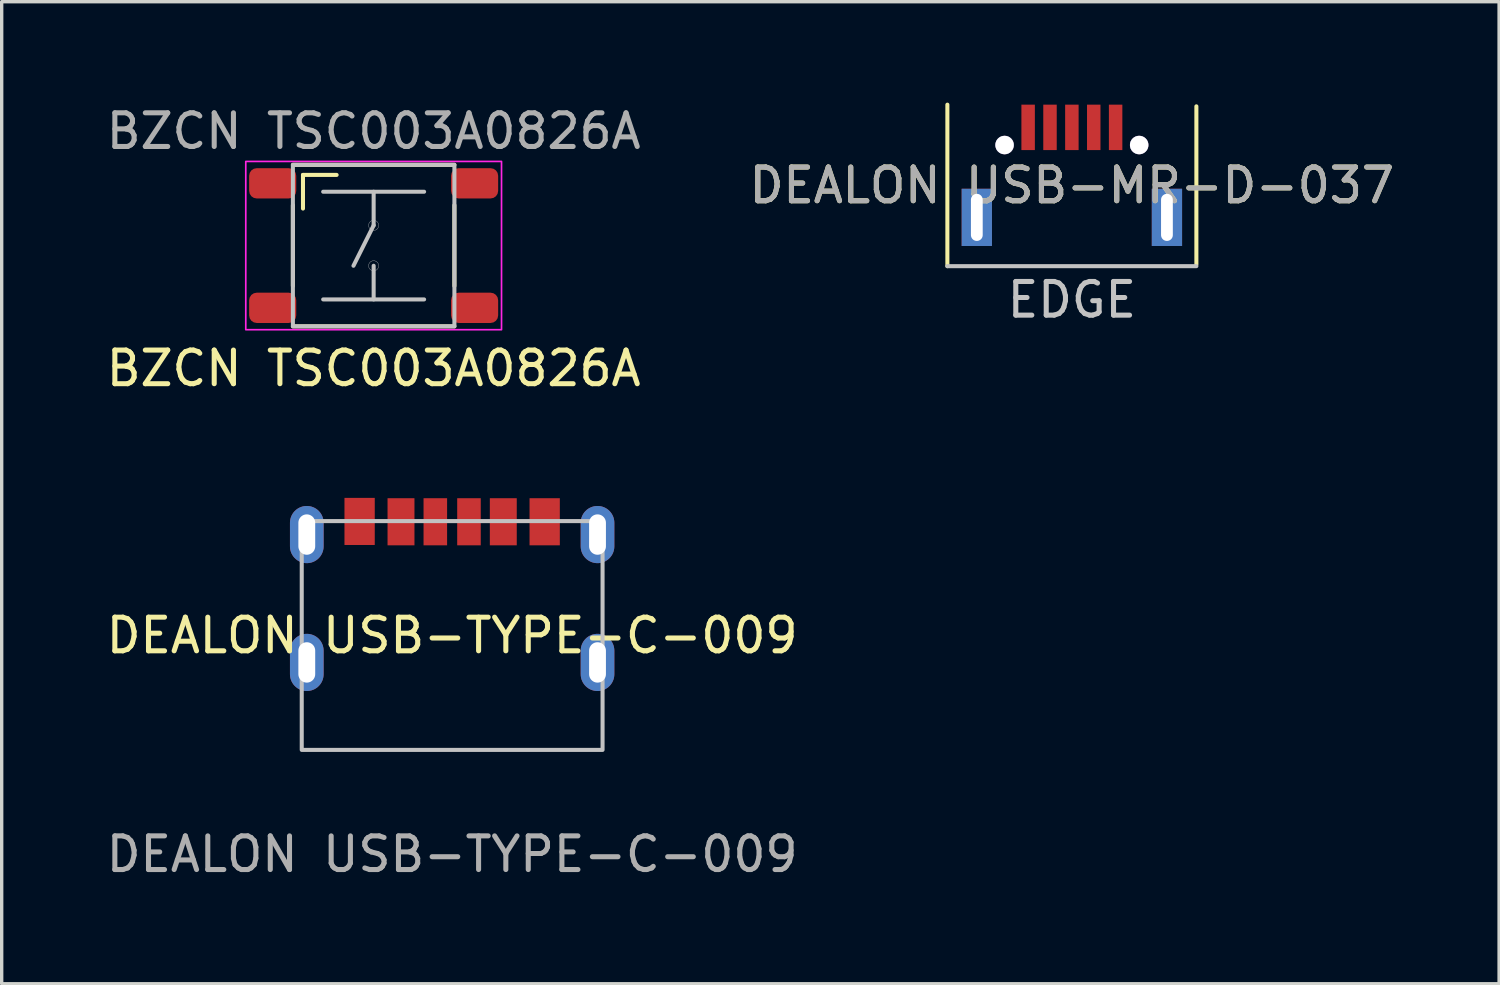
<source format=kicad_pcb>
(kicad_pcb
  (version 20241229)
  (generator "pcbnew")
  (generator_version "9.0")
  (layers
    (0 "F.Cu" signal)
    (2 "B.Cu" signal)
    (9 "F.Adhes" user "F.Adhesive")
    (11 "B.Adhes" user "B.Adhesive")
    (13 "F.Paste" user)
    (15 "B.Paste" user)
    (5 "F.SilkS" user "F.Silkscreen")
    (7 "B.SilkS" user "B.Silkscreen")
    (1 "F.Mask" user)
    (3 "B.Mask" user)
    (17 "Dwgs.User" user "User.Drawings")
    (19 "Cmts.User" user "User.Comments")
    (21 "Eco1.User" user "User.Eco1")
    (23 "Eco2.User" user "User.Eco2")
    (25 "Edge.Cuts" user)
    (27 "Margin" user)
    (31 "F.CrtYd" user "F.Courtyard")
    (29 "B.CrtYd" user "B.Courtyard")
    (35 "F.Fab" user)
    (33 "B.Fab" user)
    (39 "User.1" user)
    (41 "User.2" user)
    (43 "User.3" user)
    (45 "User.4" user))
  (footprint "BZCN TSC003A0826A"
    (layer "F.Cu")
    (at 8.054 4.248)
    (property "Reference" "BZCN TSC003A0826A" (at 0 3.65 0) (unlocked yes) (layer "F.SilkS") (effects (font (size 1 1) (thickness 0.15))))
    (attr smd)
    (fp_line (start -2.4 -2.4) (end 2.4 -2.4) (stroke (width 0.12) (type solid)) (layer "F.SilkS"))
    (fp_line (start -2.4 1.2) (end -2.4 -1.2) (stroke (width 0.12) (type solid)) (layer "F.SilkS"))
    (fp_line (start -2.4 2.4) (end 2.4 2.4) (stroke (width 0.12) (type solid)) (layer "F.SilkS"))
    (fp_line (start -2.1 -2.1) (end -1.1 -2.1) (stroke (width 0.12) (type solid)) (layer "F.SilkS"))
    (fp_line (start -2.1 -1.1) (end -2.1 -2.1) (stroke (width 0.12) (type solid)) (layer "F.SilkS"))
    (fp_line (start 2.4 1.2) (end 2.4 -1.2) (stroke (width 0.12) (type solid)) (layer "F.SilkS"))
    (fp_line (start -1.5 -1.6) (end 1.5 -1.6) (stroke (width 0.12) (type solid)) (layer "Dwgs.User"))
    (fp_line (start -1.5 1.6) (end 1.5 1.6) (stroke (width 0.12) (type solid)) (layer "Dwgs.User"))
    (fp_line (start 0 -1.6) (end 0 -0.6) (stroke (width 0.12) (type solid)) (layer "Dwgs.User"))
    (fp_line (start 0 -0.6) (end -0.6 0.6) (stroke (width 0.12) (type solid)) (layer "Dwgs.User"))
    (fp_line (start 0 1.6) (end 0 0.6) (stroke (width 0.12) (type solid)) (layer "Dwgs.User"))
    (fp_rect (start -2.4 -2.4) (end 2.4 2.4) (stroke (width 0.12) (type solid)) (fill no) (layer "Dwgs.User"))
    (fp_rect (start -2.4 -1.4) (end -3.6 -2.3) (stroke (width 0.001) (type solid)) (fill no) (layer "Dwgs.User"))
    (fp_rect (start -2.4 2.3) (end -3.6 1.4) (stroke (width 0.001) (type solid)) (fill no) (layer "Dwgs.User"))
    (fp_rect (start 3.6 -1.4) (end 2.4 -2.3) (stroke (width 0.001) (type solid)) (fill no) (layer "Dwgs.User"))
    (fp_rect (start 3.6 2.3) (end 2.4 1.4) (stroke (width 0.001) (type solid)) (fill no) (layer "Dwgs.User"))
    (fp_circle (center 0 -0.6) (end 0.15 -0.6) (stroke (width 0.01) (type solid)) (fill no) (layer "Dwgs.User"))
    (fp_circle (center 0 0.6) (end 0.15 0.6) (stroke (width 0.01) (type solid)) (fill no) (layer "Dwgs.User"))
    (fp_rect (start -3.8 -2.5) (end 3.8 2.5) (stroke (width 0.05) (type solid)) (fill no) (layer "F.CrtYd"))
    (fp_text user "${REFERENCE}" (at 0 -3.4 0) (unlocked yes) (layer "F.Fab") (effects (font (size 1 1) (thickness 0.15))))
    (pad "1" smd roundrect (at -3 -1.85) (size 1.4 0.9) (layers "F.Cu" "F.Mask" "F.Paste") (roundrect_rratio 0.25))
    (pad "1" smd roundrect (at 3 -1.85) (size 1.4 0.9) (layers "F.Cu" "F.Mask" "F.Paste") (roundrect_rratio 0.25))
    (pad "2" smd roundrect (at -3 1.85) (size 1.4 0.9) (layers "F.Cu" "F.Mask" "F.Paste") (roundrect_rratio 0.25))
    (pad "2" smd roundrect (at 3 1.85) (size 1.4 0.9) (layers "F.Cu" "F.Mask" "F.Paste") (roundrect_rratio 0.25)))
  (footprint "DEALON USB-MR-D-037"
    (layer "F.Cu")
    (at 28.804 2.46)
    (property "Reference" "DEALON USB-MR-D-037" (at 0 0 0) (unlocked yes) (layer "F.SilkS") (effects (font (size 1 1) (thickness 0.15))))
    (attr smd)
    (fp_line (start -3.7 2.4) (end -3.7 -2.4) (stroke (width 0.12) (type solid)) (layer "F.SilkS"))
    (fp_line (start 3.7 2.35) (end 3.7 -2.35) (stroke (width 0.12) (type solid)) (layer "F.SilkS"))
    (fp_line (start 3.7 2.4) (end -3.7 2.4) (stroke (width 0.12) (type solid)) (layer "Dwgs.User"))
    (fp_text user "EDGE" (at 0 3.4 0) (unlocked yes) (layer "Dwgs.User") (effects (font (size 1 1) (thickness 0.15))))
    (fp_text user "${REFERENCE}" (at 0 0 0) (unlocked yes) (layer "F.Fab") (effects (font (size 1 1) (thickness 0.15))))
    (pad "1" smd rect (at -1.3 -1.725) (size 0.4 1.35) (layers "F.Cu" "F.Mask" "F.Paste"))
    (pad "2" smd rect (at -0.65 -1.725) (size 0.4 1.35) (layers "F.Cu" "F.Mask" "F.Paste"))
    (pad "3" smd rect (at 0 -1.725) (size 0.4 1.35) (layers "F.Cu" "F.Mask" "F.Paste"))
    (pad "4" smd rect (at 0.65 -1.725) (size 0.4 1.35) (layers "F.Cu" "F.Mask" "F.Paste"))
    (pad "5" smd rect (at 1.3 -1.725) (size 0.4 1.35) (layers "F.Cu" "F.Mask" "F.Paste"))
    (pad "6" thru_hole rect (at -2.825 0.95) (size 0.9 1.7) (drill oval 0.35 1.4) (layers "*.Cu" "*.Mask"))
    (pad "6" thru_hole circle (at -2 -1.2) (size 0.55 0.55) (drill 0.55) (layers "*.Cu" "*.Mask"))
    (pad "6" thru_hole circle (at 2 -1.2) (size 0.55 0.55) (drill 0.55) (layers "*.Cu" "*.Mask"))
    (pad "6" thru_hole rect (at 2.825 0.95) (size 0.9 1.7) (drill oval 0.35 1.4) (layers "*.Cu" "*.Mask")))
  (footprint "DEALON USB-TYPE-C-009"
    (layer "F.Cu")
    (at 10.387 15.836)
    (property "Reference" "DEALON USB-TYPE-C-009" (at 0 0 0) (unlocked yes) (layer "F.SilkS") (effects (font (size 1 1) (thickness 0.15))))
    (attr smd)
    (fp_rect (start -4.47 -3.4) (end 4.47 3.4) (stroke (width 0.12) (type solid)) (fill no) (layer "Dwgs.User"))
    (fp_text user "${REFERENCE}" (at 0 6.5 0) (unlocked yes) (layer "F.Fab") (effects (font (size 1 1) (thickness 0.15))))
    (pad "A5" smd rect (at -0.5 -3.38) (size 0.7 1.4) (layers "F.Cu" "F.Mask" "F.Paste"))
    (pad "A9" smd rect (at 1.52 -3.38) (size 0.8 1.4) (layers "F.Cu" "F.Mask" "F.Paste"))
    (pad "A12" smd rect (at 2.75 -3.38) (size 0.9 1.4) (layers "F.Cu" "F.Mask" "F.Paste"))
    (pad "B5" smd rect (at 0.5 -3.38) (size 0.7 1.4) (layers "F.Cu" "F.Mask" "F.Paste"))
    (pad "B9" smd rect (at -1.52 -3.38) (size 0.8 1.4) (layers "F.Cu" "F.Mask" "F.Paste"))
    (pad "B12" smd rect (at -2.75 -3.39) (size 0.9 1.4) (layers "F.Cu" "F.Mask" "F.Paste"))
    (pad "S1" thru_hole oval (at -4.32 -3) (size 1 1.7) (drill oval 0.5 1.2) (layers "*.Cu" "*.Mask"))
    (pad "S1" thru_hole oval (at -4.32 0.8) (size 1 1.7) (drill oval 0.5 1.2) (layers "*.Cu" "*.Mask"))
    (pad "S1" thru_hole oval (at 4.32 -3) (size 1 1.7) (drill oval 0.5 1.2) (layers "*.Cu" "*.Mask"))
    (pad "S1" thru_hole oval (at 4.32 0.8) (size 1 1.7) (drill oval 0.5 1.2) (layers "*.Cu" "*.Mask")))
  (gr_rect
    (start -3 -3)
    (end 41.5 26.185)
    (stroke (width 0.1) (type default))
    (fill no)
    (layer "Edge.Cuts")))
</source>
